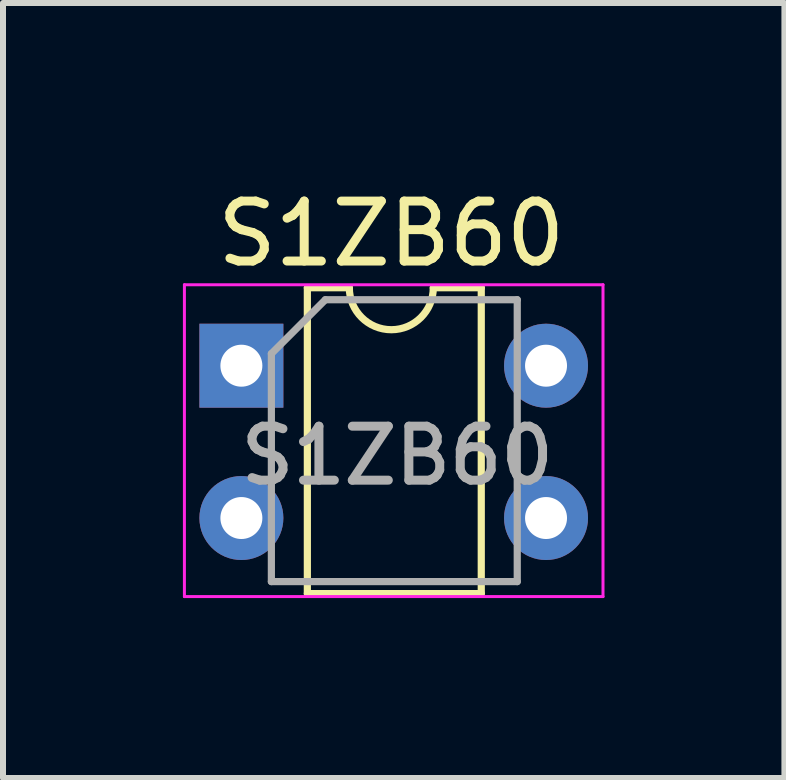
<source format=kicad_pcb>
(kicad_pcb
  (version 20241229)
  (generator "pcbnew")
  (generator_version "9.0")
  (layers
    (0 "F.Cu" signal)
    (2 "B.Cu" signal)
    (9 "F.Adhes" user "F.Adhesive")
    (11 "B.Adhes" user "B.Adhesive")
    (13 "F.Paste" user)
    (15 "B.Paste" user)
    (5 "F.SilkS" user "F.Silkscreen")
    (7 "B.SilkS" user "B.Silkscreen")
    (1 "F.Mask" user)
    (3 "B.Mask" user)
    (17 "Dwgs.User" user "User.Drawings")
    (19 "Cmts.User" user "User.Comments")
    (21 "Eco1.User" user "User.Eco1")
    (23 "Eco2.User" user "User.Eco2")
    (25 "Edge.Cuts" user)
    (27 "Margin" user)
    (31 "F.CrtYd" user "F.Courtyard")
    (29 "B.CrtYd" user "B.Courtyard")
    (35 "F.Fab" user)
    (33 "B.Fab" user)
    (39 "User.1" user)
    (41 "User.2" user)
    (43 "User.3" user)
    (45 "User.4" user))
  (footprint "S1ZB60"
    (layer "F.Cu")
    (at 0.975 3.048)
    (property "Reference" "S1ZB60" (at 2.5 -2.2 0) (layer "F.SilkS") (effects (font (size 1 1) (thickness 0.15))))
    (attr through_hole)
    (fp_line (start 1.1 -1.3) (end 1.1 3.8) (stroke (width 0.12) (type solid)) (layer "F.SilkS"))
    (fp_line (start 1.1 3.8) (end 4 3.8) (stroke (width 0.12) (type solid)) (layer "F.SilkS"))
    (fp_line (start 1.8 -1.3) (end 1.1 -1.3) (stroke (width 0.12) (type solid)) (layer "F.SilkS"))
    (fp_line (start 4 -1.3) (end 3.2 -1.3) (stroke (width 0.12) (type solid)) (layer "F.SilkS"))
    (fp_line (start 4 3.8) (end 4 -1.3) (stroke (width 0.12) (type solid)) (layer "F.SilkS"))
    (fp_arc (start 3.2 -1.3) (mid 2.5 -0.6) (end 1.8 -1.3) (stroke (width 0.12) (type solid)) (layer "F.SilkS"))
    (fp_line (start -0.95 -1.35) (end -0.95 3.85) (stroke (width 0.05) (type solid)) (layer "F.CrtYd"))
    (fp_line (start -0.95 -1.35) (end 6.03 -1.35) (stroke (width 0.05) (type solid)) (layer "F.CrtYd"))
    (fp_line (start 6.03 3.85) (end -0.95 3.85) (stroke (width 0.05) (type solid)) (layer "F.CrtYd"))
    (fp_line (start 6.03 3.85) (end 6.03 -1.35) (stroke (width 0.05) (type solid)) (layer "F.CrtYd"))
    (fp_line (start 0.5 -0.2) (end 1.4 -1.1) (stroke (width 0.12) (type solid)) (layer "F.Fab"))
    (fp_line (start 0.5 3.6) (end 0.5 -0.2) (stroke (width 0.12) (type solid)) (layer "F.Fab"))
    (fp_line (start 1.4 -1.1) (end 4.6 -1.1) (stroke (width 0.12) (type solid)) (layer "F.Fab"))
    (fp_line (start 4.6 -1.1) (end 4.6 3.6) (stroke (width 0.12) (type solid)) (layer "F.Fab"))
    (fp_line (start 4.6 3.6) (end 0.5 3.6) (stroke (width 0.12) (type solid)) (layer "F.Fab"))
    (fp_text user "${REFERENCE}" (at 2.6 1.5 0) (layer "F.Fab") (effects (font (size 0.9 0.9) (thickness 0.15))))
    (pad "1" thru_hole rect (at 0 0) (size 1.4 1.4) (drill 0.7) (layers "*.Cu" "*.Mask"))
    (pad "2" thru_hole circle (at 5.08 0) (size 1.4 1.4) (drill 0.7) (layers "*.Cu" "*.Mask"))
    (pad "3" thru_hole circle (at 5.08 2.54) (size 1.4 1.4) (drill 0.7) (layers "*.Cu" "*.Mask"))
    (pad "4" thru_hole circle (at 0 2.54) (size 1.4 1.4) (drill 0.7) (layers "*.Cu" "*.Mask")))
  (gr_rect
    (start -3 -3)
    (end 10.03 9.923)
    (stroke (width 0.1) (type default))
    (fill no)
    (layer "Edge.Cuts")))
</source>
